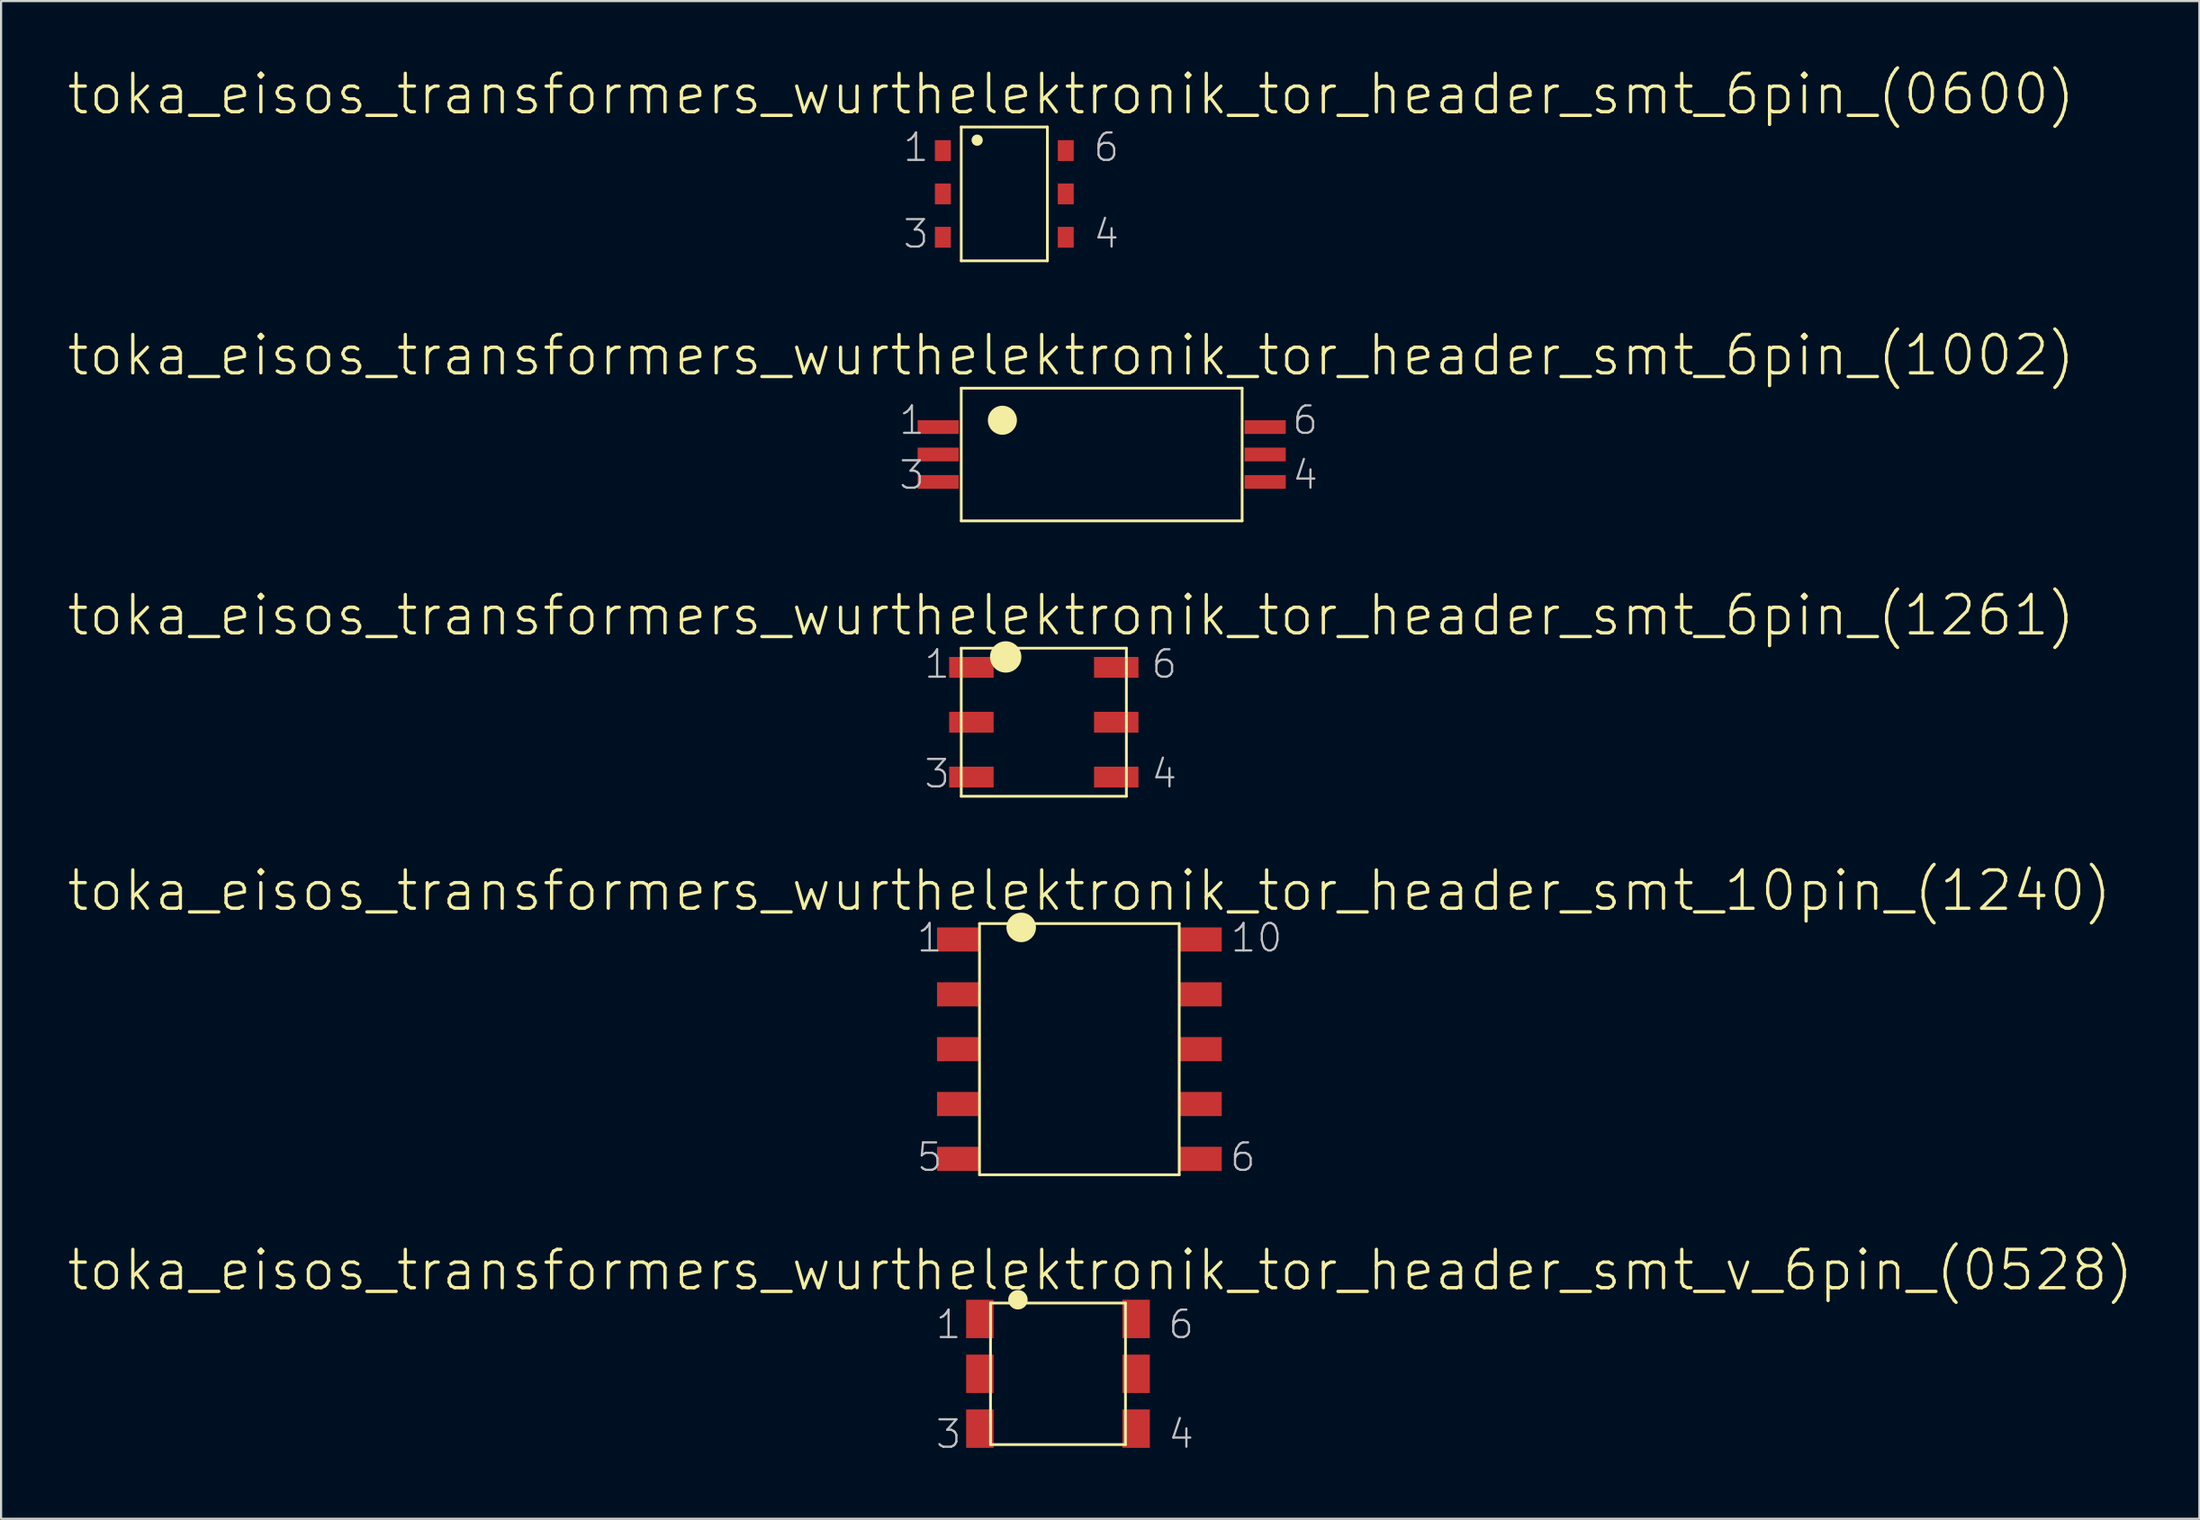
<source format=kicad_pcb>
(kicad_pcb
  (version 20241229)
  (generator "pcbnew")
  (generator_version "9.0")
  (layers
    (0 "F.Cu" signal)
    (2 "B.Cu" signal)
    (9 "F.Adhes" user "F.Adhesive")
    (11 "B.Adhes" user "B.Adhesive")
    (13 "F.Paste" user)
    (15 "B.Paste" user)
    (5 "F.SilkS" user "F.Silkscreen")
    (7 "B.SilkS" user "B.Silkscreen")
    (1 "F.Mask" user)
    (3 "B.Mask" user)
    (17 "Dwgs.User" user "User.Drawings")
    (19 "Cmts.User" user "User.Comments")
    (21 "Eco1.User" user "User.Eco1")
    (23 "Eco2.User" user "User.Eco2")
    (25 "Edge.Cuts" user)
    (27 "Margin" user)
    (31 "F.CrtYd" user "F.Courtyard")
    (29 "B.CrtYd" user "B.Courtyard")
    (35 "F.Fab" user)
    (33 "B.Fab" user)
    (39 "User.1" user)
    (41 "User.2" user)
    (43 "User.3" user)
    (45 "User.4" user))
  (footprint "toka_eisos_transformers_wurthelektronik_tor_header_smt_6pin_(0600)"
    (layer "F.Cu")
    (at 43.447 5.93)
    (property "Reference" "toka_eisos_transformers_wurthelektronik_tor_header_smt_6pin_(0600)" (at 3.086 -4.623 0) (layer "F.SilkS") (effects (font (size 1.778 1.778) (thickness 0.152))))
    (attr smd)
    (fp_line (start -1.994 -3.099) (end -1.994 3.099) (stroke (width 0.127) (type solid)) (layer "F.SilkS"))
    (fp_line (start -1.994 -3.099) (end 1.994 -3.099) (stroke (width 0.127) (type solid)) (layer "F.SilkS"))
    (fp_line (start -1.994 3.099) (end 1.994 3.099) (stroke (width 0.127) (type solid)) (layer "F.SilkS"))
    (fp_line (start 1.994 -3.099) (end 1.994 3.099) (stroke (width 0.127) (type solid)) (layer "F.SilkS"))
    (fp_circle (center -1.257 -2.489) (end -1.44 -2.672) (stroke (width 0) (type solid)) (fill yes) (layer "F.SilkS"))
    (fp_text user "1" (at -4.089 -2.159 0) (layer "Dwgs.User") (effects (font (size 1.27 1.27) (thickness 0.102))))
    (fp_text user "4" (at 4.724 1.854 0) (layer "Dwgs.User") (effects (font (size 1.27 1.27) (thickness 0.102))))
    (fp_text user "6" (at 4.724 -2.159 0) (layer "Dwgs.User") (effects (font (size 1.27 1.27) (thickness 0.102))))
    (fp_text user "3" (at -4.089 1.854 0) (layer "Dwgs.User") (effects (font (size 1.27 1.27) (thickness 0.102))))
    (pad "1" smd rect (at -2.845 -2.007) (size 0.737 0.965) (layers "F.Cu" "F.Mask" "F.Paste"))
    (pad "2" smd rect (at -2.845 0) (size 0.737 0.965) (layers "F.Cu" "F.Mask" "F.Paste"))
    (pad "3" smd rect (at -2.845 2.007) (size 0.737 0.965) (layers "F.Cu" "F.Mask" "F.Paste"))
    (pad "4" smd rect (at 2.845 2.007) (size 0.737 0.965) (layers "F.Cu" "F.Mask" "F.Paste"))
    (pad "5" smd rect (at 2.845 0) (size 0.737 0.965) (layers "F.Cu" "F.Mask" "F.Paste"))
    (pad "6" smd rect (at 2.845 -2.007) (size 0.737 0.965) (layers "F.Cu" "F.Mask" "F.Paste")))
  (footprint "toka_eisos_transformers_wurthelektronik_tor_header_smt_10pin_(1240)"
    (layer "F.Cu")
    (at 46.922 45.536)
    (property "Reference" "toka_eisos_transformers_wurthelektronik_tor_header_smt_10pin_(1240)" (at 0.457 -7.341 0) (layer "F.SilkS") (effects (font (size 1.778 1.778) (thickness 0.152))))
    (attr smd)
    (fp_line (start -4.623 -5.817) (end -4.623 5.817) (stroke (width 0.127) (type solid)) (layer "F.SilkS"))
    (fp_line (start -4.623 -5.817) (end 4.623 -5.817) (stroke (width 0.127) (type solid)) (layer "F.SilkS"))
    (fp_line (start -4.623 5.817) (end 4.623 5.817) (stroke (width 0.127) (type solid)) (layer "F.SilkS"))
    (fp_line (start 4.623 -5.817) (end 4.623 5.817) (stroke (width 0.127) (type solid)) (layer "F.SilkS"))
    (fp_circle (center -2.692 -5.639) (end -3.175 -6.121) (stroke (width 0) (type solid)) (fill yes) (layer "F.SilkS"))
    (fp_text user "6" (at 7.569 5.004 0) (layer "Dwgs.User") (effects (font (size 1.27 1.27) (thickness 0.102))))
    (fp_text user "1" (at -6.934 -5.156 0) (layer "Dwgs.User") (effects (font (size 1.27 1.27) (thickness 0.102))))
    (fp_text user "10" (at 8.204 -5.156 0) (layer "Dwgs.User") (effects (font (size 1.27 1.27) (thickness 0.102))))
    (fp_text user "5" (at -6.934 5.004 0) (layer "Dwgs.User") (effects (font (size 1.27 1.27) (thickness 0.102))))
    (pad "1" smd rect (at -5.626 -5.08) (size 1.93 1.118) (layers "F.Cu" "F.Mask" "F.Paste"))
    (pad "2" smd rect (at -5.626 -2.54) (size 1.93 1.118) (layers "F.Cu" "F.Mask" "F.Paste"))
    (pad "3" smd rect (at -5.626 0) (size 1.93 1.118) (layers "F.Cu" "F.Mask" "F.Paste"))
    (pad "4" smd rect (at -5.626 2.54) (size 1.93 1.118) (layers "F.Cu" "F.Mask" "F.Paste"))
    (pad "5" smd rect (at -5.626 5.08) (size 1.93 1.118) (layers "F.Cu" "F.Mask" "F.Paste"))
    (pad "6" smd rect (at 5.626 5.08) (size 1.93 1.118) (layers "F.Cu" "F.Mask" "F.Paste"))
    (pad "7" smd rect (at 5.626 2.54) (size 1.93 1.118) (layers "F.Cu" "F.Mask" "F.Paste"))
    (pad "8" smd rect (at 5.626 0) (size 1.93 1.118) (layers "F.Cu" "F.Mask" "F.Paste"))
    (pad "9" smd rect (at 5.626 -2.54) (size 1.93 1.118) (layers "F.Cu" "F.Mask" "F.Paste"))
    (pad "10" smd rect (at 5.626 -5.08) (size 1.93 1.118) (layers "F.Cu" "F.Mask" "F.Paste")))
  (footprint "toka_eisos_transformers_wurthelektronik_tor_header_smt_6pin_(1002)"
    (layer "F.Cu")
    (at 47.955 17.998)
    (property "Reference" "toka_eisos_transformers_wurthelektronik_tor_header_smt_6pin_(1002)" (at -1.422 -4.597 0) (layer "F.SilkS") (effects (font (size 1.778 1.778) (thickness 0.152))))
    (attr smd)
    (fp_line (start -6.502 -3.073) (end -6.502 3.073) (stroke (width 0.127) (type solid)) (layer "F.SilkS"))
    (fp_line (start -6.502 -3.073) (end 6.502 -3.073) (stroke (width 0.127) (type solid)) (layer "F.SilkS"))
    (fp_line (start -6.502 3.073) (end 6.502 3.073) (stroke (width 0.127) (type solid)) (layer "F.SilkS"))
    (fp_line (start 6.502 -3.073) (end 6.502 3.073) (stroke (width 0.127) (type solid)) (layer "F.SilkS"))
    (fp_circle (center -4.597 -1.587) (end -5.072 -2.062) (stroke (width 0) (type solid)) (fill yes) (layer "F.SilkS"))
    (fp_text user "1" (at -8.786 -1.587 0) (layer "Dwgs.User") (effects (font (size 1.27 1.27) (thickness 0.102))))
    (fp_text user "4" (at 9.423 0.953 0) (layer "Dwgs.User") (effects (font (size 1.27 1.27) (thickness 0.102))))
    (fp_text user "6" (at 9.423 -1.587 0) (layer "Dwgs.User") (effects (font (size 1.27 1.27) (thickness 0.102))))
    (fp_text user "3" (at -8.786 0.953 0) (layer "Dwgs.User") (effects (font (size 1.27 1.27) (thickness 0.102))))
    (pad "1" smd rect (at -7.569 -1.27) (size 1.905 0.635) (layers "F.Cu" "F.Mask" "F.Paste"))
    (pad "2" smd rect (at -7.569 0) (size 1.905 0.635) (layers "F.Cu" "F.Mask" "F.Paste"))
    (pad "3" smd rect (at -7.569 1.27) (size 1.905 0.635) (layers "F.Cu" "F.Mask" "F.Paste"))
    (pad "4" smd rect (at 7.569 1.27) (size 1.905 0.635) (layers "F.Cu" "F.Mask" "F.Paste"))
    (pad "5" smd rect (at 7.569 0) (size 1.905 0.635) (layers "F.Cu" "F.Mask" "F.Paste"))
    (pad "6" smd rect (at 7.569 -1.27) (size 1.905 0.635) (layers "F.Cu" "F.Mask" "F.Paste")))
  (footprint "toka_eisos_transformers_wurthelektronik_tor_header_smt_v_6pin_(0528)"
    (layer "F.Cu")
    (at 45.932 60.569)
    (property "Reference" "toka_eisos_transformers_wurthelektronik_tor_header_smt_v_6pin_(0528)" (at 1.956 -4.801 0) (layer "F.SilkS") (effects (font (size 1.778 1.778) (thickness 0.152))))
    (attr smd)
    (fp_line (start -3.124 -3.277) (end -3.124 3.277) (stroke (width 0.127) (type solid)) (layer "F.SilkS"))
    (fp_line (start -3.124 -3.277) (end 3.124 -3.277) (stroke (width 0.127) (type solid)) (layer "F.SilkS"))
    (fp_line (start -3.124 3.277) (end 3.124 3.277) (stroke (width 0.127) (type solid)) (layer "F.SilkS"))
    (fp_line (start 3.124 -3.277) (end 3.124 3.277) (stroke (width 0.127) (type solid)) (layer "F.SilkS"))
    (fp_circle (center -1.854 -3.429) (end -2.172 -3.747) (stroke (width 0) (type solid)) (fill yes) (layer "F.SilkS"))
    (fp_text user "1" (at -5.067 -2.286 0) (layer "Dwgs.User") (effects (font (size 1.27 1.27) (thickness 0.102))))
    (fp_text user "3" (at -5.067 2.794 0) (layer "Dwgs.User") (effects (font (size 1.27 1.27) (thickness 0.102))))
    (fp_text user "4" (at 5.702 2.794 0) (layer "Dwgs.User") (effects (font (size 1.27 1.27) (thickness 0.102))))
    (fp_text user "6" (at 5.702 -2.286 0) (layer "Dwgs.User") (effects (font (size 1.27 1.27) (thickness 0.102))))
    (pad "1" smd rect (at -3.617 -2.54) (size 1.27 1.778) (layers "F.Cu" "F.Mask" "F.Paste"))
    (pad "2" smd rect (at -3.617 0) (size 1.27 1.778) (layers "F.Cu" "F.Mask" "F.Paste"))
    (pad "3" smd rect (at -3.617 2.54) (size 1.27 1.778) (layers "F.Cu" "F.Mask" "F.Paste"))
    (pad "4" smd rect (at 3.617 2.54) (size 1.27 1.778) (layers "F.Cu" "F.Mask" "F.Paste"))
    (pad "5" smd rect (at 3.617 0) (size 1.27 1.778) (layers "F.Cu" "F.Mask" "F.Paste"))
    (pad "6" smd rect (at 3.617 -2.54) (size 1.27 1.778) (layers "F.Cu" "F.Mask" "F.Paste")))
  (footprint "toka_eisos_transformers_wurthelektronik_tor_header_smt_6pin_(1261)"
    (layer "F.Cu")
    (at 45.276 30.395)
    (property "Reference" "toka_eisos_transformers_wurthelektronik_tor_header_smt_6pin_(1261)" (at 1.257 -4.953 0) (layer "F.SilkS") (effects (font (size 1.778 1.778) (thickness 0.152))))
    (attr smd)
    (fp_line (start -3.823 -3.429) (end -3.823 3.429) (stroke (width 0.127) (type solid)) (layer "F.SilkS"))
    (fp_line (start -3.823 -3.429) (end 3.823 -3.429) (stroke (width 0.127) (type solid)) (layer "F.SilkS"))
    (fp_line (start -3.823 3.429) (end 3.823 3.429) (stroke (width 0.127) (type solid)) (layer "F.SilkS"))
    (fp_line (start 3.823 -3.429) (end 3.823 3.429) (stroke (width 0.127) (type solid)) (layer "F.SilkS"))
    (fp_circle (center -1.765 -3.023) (end -2.278 -3.536) (stroke (width 0) (type solid)) (fill yes) (layer "F.SilkS"))
    (fp_text user "6" (at 5.575 -2.692 0) (layer "Dwgs.User") (effects (font (size 1.27 1.27) (thickness 0.102))))
    (fp_text user "1" (at -4.94 -2.692 0) (layer "Dwgs.User") (effects (font (size 1.27 1.27) (thickness 0.102))))
    (fp_text user "3" (at -4.94 2.388 0) (layer "Dwgs.User") (effects (font (size 1.27 1.27) (thickness 0.102))))
    (fp_text user "4" (at 5.575 2.388 0) (layer "Dwgs.User") (effects (font (size 1.27 1.27) (thickness 0.102))))
    (pad "1" smd rect (at -3.353 -2.54) (size 2.057 0.965) (layers "F.Cu" "F.Mask" "F.Paste"))
    (pad "2" smd rect (at -3.353 0) (size 2.057 0.965) (layers "F.Cu" "F.Mask" "F.Paste"))
    (pad "3" smd rect (at -3.353 2.54) (size 2.057 0.965) (layers "F.Cu" "F.Mask" "F.Paste"))
    (pad "4" smd rect (at 3.353 2.54) (size 2.057 0.965) (layers "F.Cu" "F.Mask" "F.Paste"))
    (pad "5" smd rect (at 3.353 0) (size 2.057 0.965) (layers "F.Cu" "F.Mask" "F.Paste"))
    (pad "6" smd rect (at 3.353 -2.54) (size 2.057 0.965) (layers "F.Cu" "F.Mask" "F.Paste")))
  (gr_rect
    (start -3 -3)
    (end 98.775 67.284)
    (stroke (width 0.1) (type default))
    (fill no)
    (layer "Edge.Cuts")))
</source>
